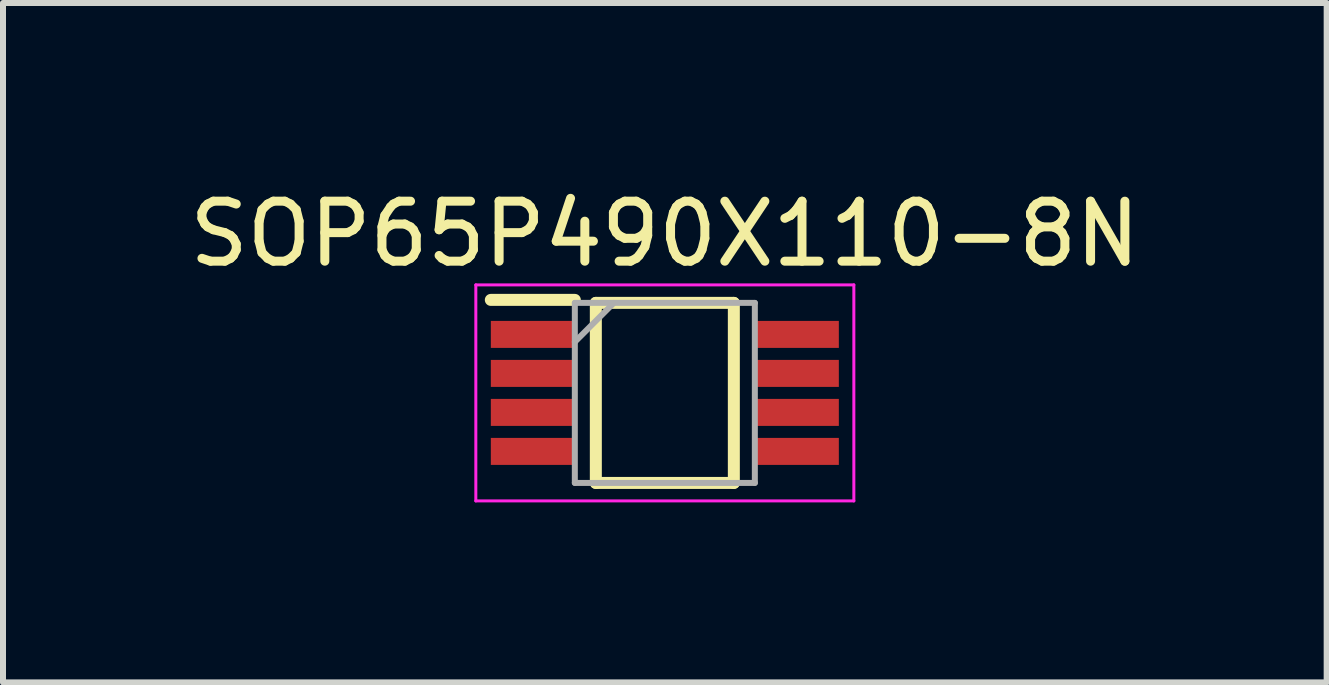
<source format=kicad_pcb>
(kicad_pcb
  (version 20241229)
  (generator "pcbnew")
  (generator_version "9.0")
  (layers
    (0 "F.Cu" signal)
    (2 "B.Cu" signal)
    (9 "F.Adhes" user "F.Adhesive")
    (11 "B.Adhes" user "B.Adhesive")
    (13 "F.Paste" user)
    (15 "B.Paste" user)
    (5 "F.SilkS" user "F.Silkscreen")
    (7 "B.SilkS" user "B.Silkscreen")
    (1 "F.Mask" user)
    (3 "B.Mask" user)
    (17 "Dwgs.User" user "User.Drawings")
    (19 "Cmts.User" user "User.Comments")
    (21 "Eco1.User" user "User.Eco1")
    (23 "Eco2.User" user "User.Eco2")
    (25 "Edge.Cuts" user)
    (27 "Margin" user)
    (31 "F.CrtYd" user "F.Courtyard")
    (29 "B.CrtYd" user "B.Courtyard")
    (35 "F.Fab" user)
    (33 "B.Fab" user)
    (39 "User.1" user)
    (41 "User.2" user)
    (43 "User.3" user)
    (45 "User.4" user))
  (footprint "SOP65P490X110-8N"
    (layer "F.Cu")
    (at 8.03 3.498)
    (property "Reference" "SOP65P490X110-8N" (at 0 -2.65 0) (layer "F.SilkS") (effects (font (size 1 1) (thickness 0.15))))
    (attr smd)
    (fp_line (start -2.9 -1.55) (end -1.5 -1.55) (stroke (width 0.2) (type solid)) (layer "F.SilkS"))
    (fp_line (start -1.15 -1.5) (end 1.15 -1.5) (stroke (width 0.2) (type solid)) (layer "F.SilkS"))
    (fp_line (start -1.15 1.5) (end -1.15 -1.5) (stroke (width 0.2) (type solid)) (layer "F.SilkS"))
    (fp_line (start 1.15 -1.5) (end 1.15 1.5) (stroke (width 0.2) (type solid)) (layer "F.SilkS"))
    (fp_line (start 1.15 1.5) (end -1.15 1.5) (stroke (width 0.2) (type solid)) (layer "F.SilkS"))
    (fp_line (start -3.15 -1.8) (end 3.15 -1.8) (stroke (width 0.05) (type solid)) (layer "F.CrtYd"))
    (fp_line (start -3.15 1.8) (end -3.15 -1.8) (stroke (width 0.05) (type solid)) (layer "F.CrtYd"))
    (fp_line (start 3.15 -1.8) (end 3.15 1.8) (stroke (width 0.05) (type solid)) (layer "F.CrtYd"))
    (fp_line (start 3.15 1.8) (end -3.15 1.8) (stroke (width 0.05) (type solid)) (layer "F.CrtYd"))
    (fp_line (start -1.5 -1.5) (end 1.5 -1.5) (stroke (width 0.1) (type solid)) (layer "F.Fab"))
    (fp_line (start -1.5 -0.85) (end -0.85 -1.5) (stroke (width 0.1) (type solid)) (layer "F.Fab"))
    (fp_line (start -1.5 1.5) (end -1.5 -1.5) (stroke (width 0.1) (type solid)) (layer "F.Fab"))
    (fp_line (start 1.5 -1.5) (end 1.5 1.5) (stroke (width 0.1) (type solid)) (layer "F.Fab"))
    (fp_line (start 1.5 1.5) (end -1.5 1.5) (stroke (width 0.1) (type solid)) (layer "F.Fab"))
    (pad "1" smd rect (at -2.2 -0.975 90) (size 0.45 1.4) (layers "F.Cu" "F.Mask" "F.Paste"))
    (pad "2" smd rect (at -2.2 -0.325 90) (size 0.45 1.4) (layers "F.Cu" "F.Mask" "F.Paste"))
    (pad "3" smd rect (at -2.2 0.325 90) (size 0.45 1.4) (layers "F.Cu" "F.Mask" "F.Paste"))
    (pad "4" smd rect (at -2.2 0.975 90) (size 0.45 1.4) (layers "F.Cu" "F.Mask" "F.Paste"))
    (pad "5" smd rect (at 2.2 0.975 90) (size 0.45 1.4) (layers "F.Cu" "F.Mask" "F.Paste"))
    (pad "6" smd rect (at 2.2 0.325 90) (size 0.45 1.4) (layers "F.Cu" "F.Mask" "F.Paste"))
    (pad "7" smd rect (at 2.2 -0.325 90) (size 0.45 1.4) (layers "F.Cu" "F.Mask" "F.Paste"))
    (pad "8" smd rect (at 2.2 -0.975 90) (size 0.45 1.4) (layers "F.Cu" "F.Mask" "F.Paste")))
  (gr_rect
    (start -3 -3)
    (end 19.06 8.323)
    (stroke (width 0.1) (type default))
    (fill no)
    (layer "Edge.Cuts")))
</source>
